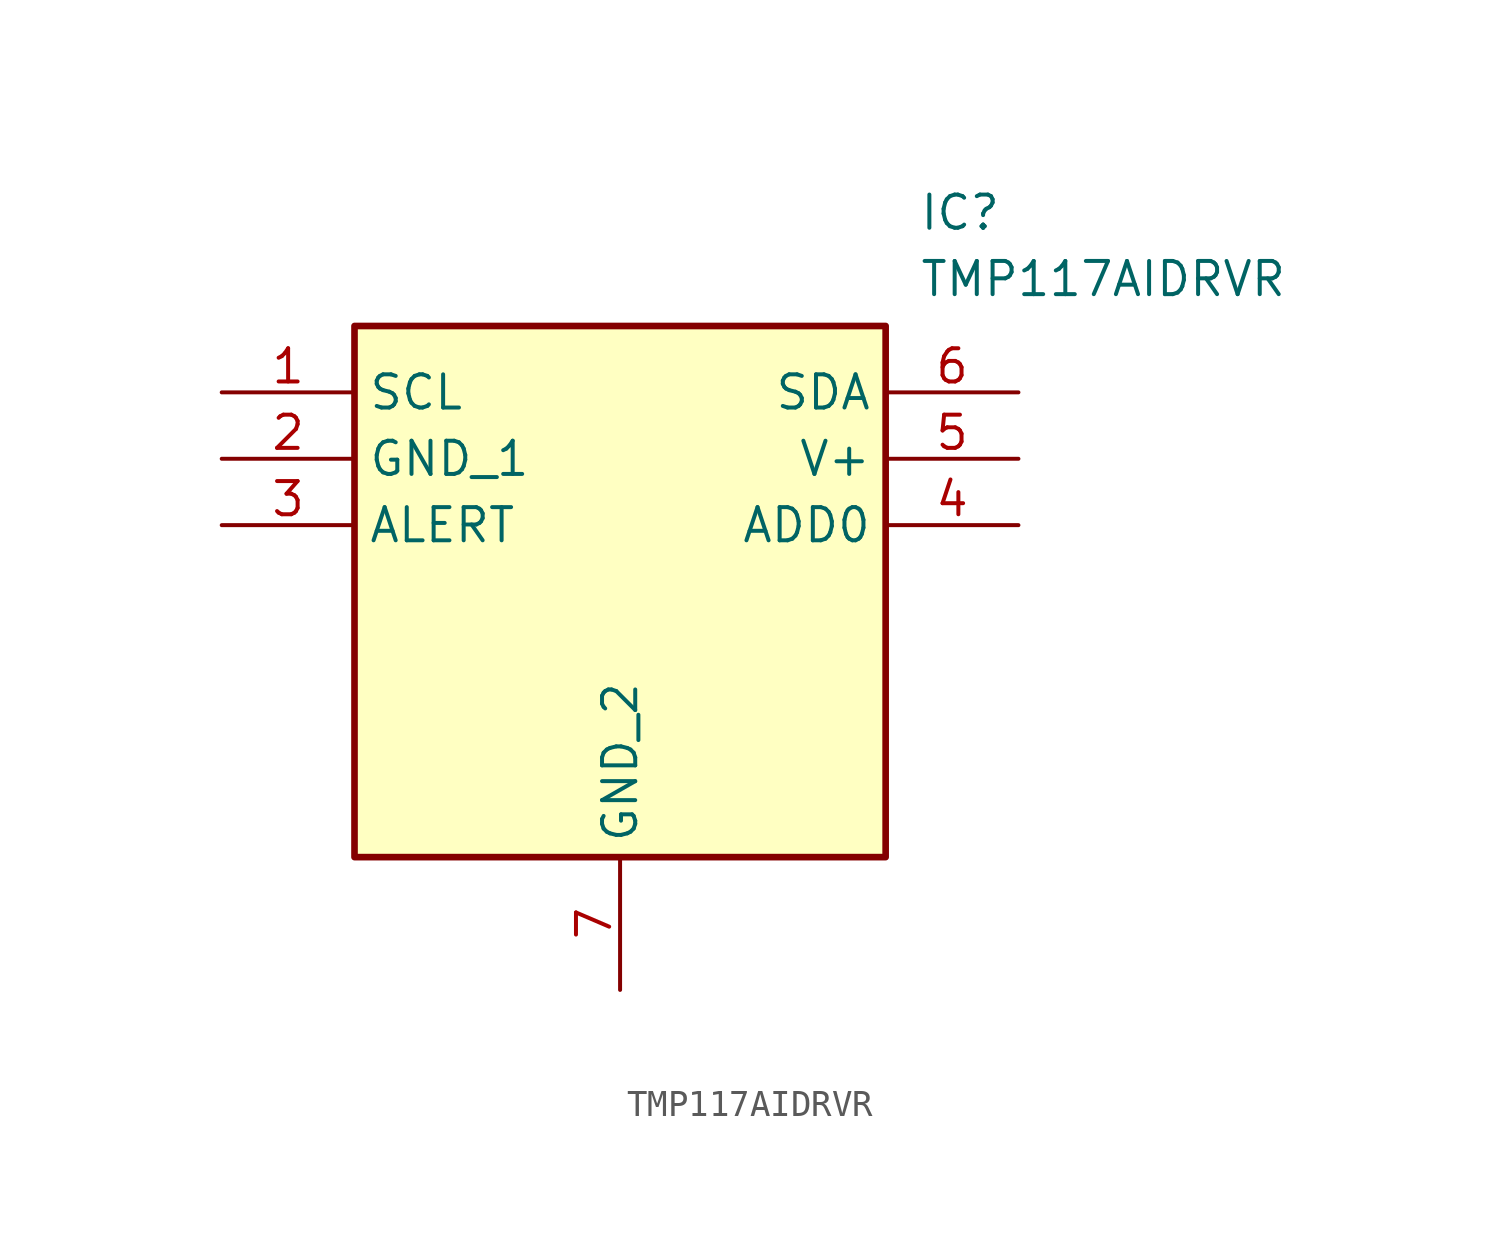
<source format=kicad_sym>
(kicad_symbol_lib
  (version 20231120)
  (generator "kicad_symbol_editor")
  (generator_version "8.0")
  (symbol "TMP117AIDRVR"
    (property "Reference" "IC"
      (at 26.67 7.62 0)
      (effects (font (size 1.27 1.27)) (justify left top)))
    (property "Value" "TMP117AIDRVR"
      (at 26.67 5.08 0)
      (effects (font (size 1.27 1.27)) (justify left top)))
    (symbol "TMP117AIDRVR_1_1"
      (rectangle (start 5.08 2.54) (end 25.4 -17.78) (stroke (width 0.254) (type default)) (fill (type background)))
      (pin passive line (at 0 0 0) (length 5.08) (name "SCL" (effects (font (size 1.27 1.27)))) (number "1" (effects (font (size 1.27 1.27)))))
      (pin passive line (at 0 -2.54 0) (length 5.08) (name "GND_1" (effects (font (size 1.27 1.27)))) (number "2" (effects (font (size 1.27 1.27)))))
      (pin passive line (at 0 -5.08 0) (length 5.08) (name "ALERT" (effects (font (size 1.27 1.27)))) (number "3" (effects (font (size 1.27 1.27)))))
      (pin passive line (at 30.48 -5.08 180) (length 5.08) (name "ADD0" (effects (font (size 1.27 1.27)))) (number "4" (effects (font (size 1.27 1.27)))))
      (pin passive line (at 30.48 -2.54 180) (length 5.08) (name "V+" (effects (font (size 1.27 1.27)))) (number "5" (effects (font (size 1.27 1.27)))))
      (pin passive line (at 30.48 0 180) (length 5.08) (name "SDA" (effects (font (size 1.27 1.27)))) (number "6" (effects (font (size 1.27 1.27)))))
      (pin passive line (at 15.24 -22.86 90) (length 5.08) (name "GND_2" (effects (font (size 1.27 1.27)))) (number "7" (effects (font (size 1.27 1.27))))))))
</source>
